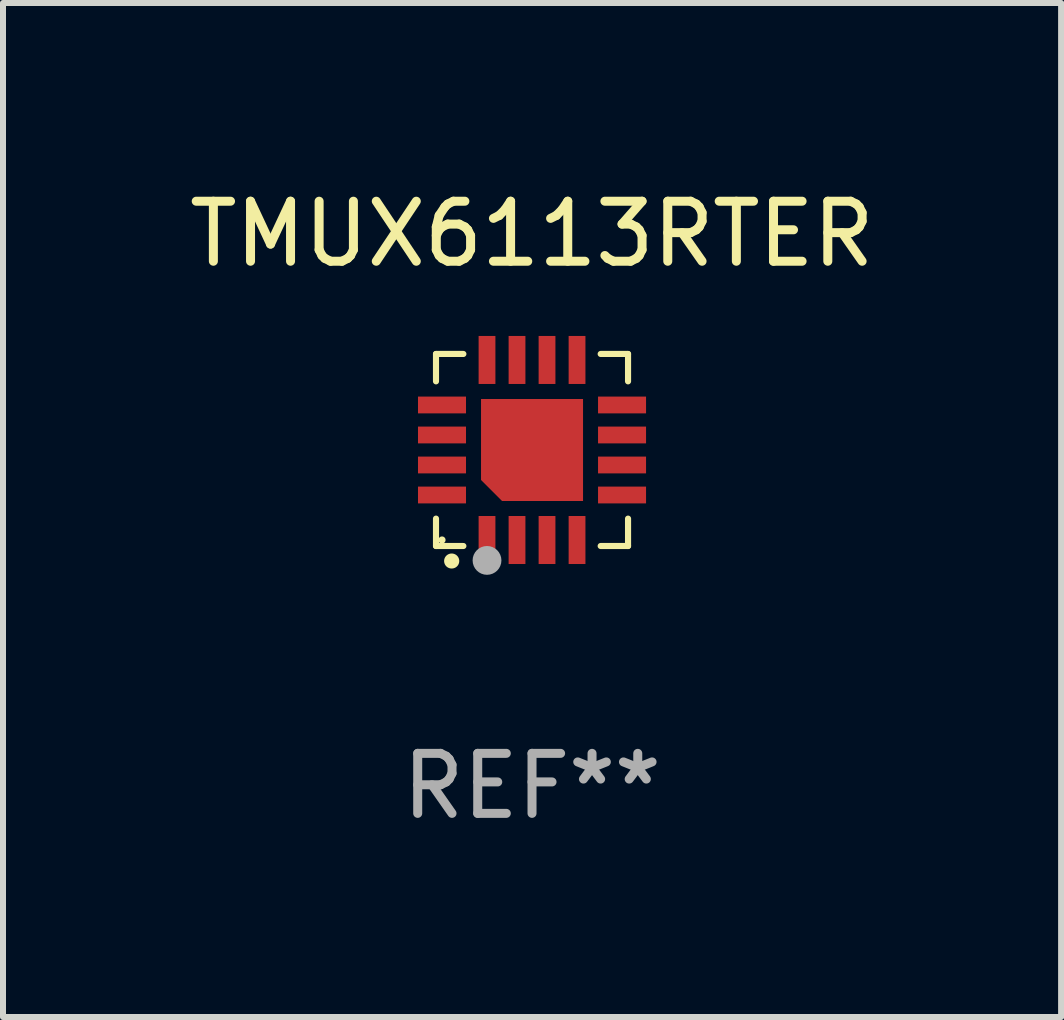
<source format=kicad_pcb>
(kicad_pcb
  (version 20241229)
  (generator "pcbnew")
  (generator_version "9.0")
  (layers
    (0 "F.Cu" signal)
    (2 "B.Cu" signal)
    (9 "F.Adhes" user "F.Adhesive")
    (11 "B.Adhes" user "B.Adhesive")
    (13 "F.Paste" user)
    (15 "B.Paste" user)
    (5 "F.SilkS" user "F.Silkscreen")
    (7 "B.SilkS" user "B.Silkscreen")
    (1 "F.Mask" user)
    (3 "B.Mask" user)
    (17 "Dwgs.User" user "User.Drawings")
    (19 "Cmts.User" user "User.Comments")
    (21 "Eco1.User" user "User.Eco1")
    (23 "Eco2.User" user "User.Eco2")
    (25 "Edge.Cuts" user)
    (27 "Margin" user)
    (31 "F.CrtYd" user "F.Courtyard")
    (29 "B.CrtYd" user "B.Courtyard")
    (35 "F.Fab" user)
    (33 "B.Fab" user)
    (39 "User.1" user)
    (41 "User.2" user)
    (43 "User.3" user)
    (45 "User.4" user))
  (footprint "TMUX6113RTER"
    (layer "F.Cu")
    (at 5.815 4.448)
    (property "Reference" "TMUX6113RTER" (at 0 -3.6 0) (layer "F.SilkS") (effects (font (size 1 1) (thickness 0.15))))
    (attr through_hole)
    (fp_line (start -1.6 -1.6) (end -1.6 -1.144) (stroke (width 0.102) (type solid)) (layer "F.SilkS"))
    (fp_line (start -1.6 -1.6) (end -1.144 -1.6) (stroke (width 0.102) (type solid)) (layer "F.SilkS"))
    (fp_line (start -1.6 1.144) (end -1.6 1.6) (stroke (width 0.102) (type solid)) (layer "F.SilkS"))
    (fp_line (start -1.6 1.6) (end -1.144 1.6) (stroke (width 0.102) (type solid)) (layer "F.SilkS"))
    (fp_line (start 1.144 -1.6) (end 1.6 -1.6) (stroke (width 0.102) (type solid)) (layer "F.SilkS"))
    (fp_line (start 1.144 1.6) (end 1.6 1.6) (stroke (width 0.102) (type solid)) (layer "F.SilkS"))
    (fp_line (start 1.6 -1.144) (end 1.6 -1.6) (stroke (width 0.102) (type solid)) (layer "F.SilkS"))
    (fp_line (start 1.6 1.6) (end 1.6 1.144) (stroke (width 0.102) (type solid)) (layer "F.SilkS"))
    (fp_arc (start -1.339954 1.850114) (mid -1.338684 1.850043) (end -1.337414 1.850114) (stroke (width 0.25) (type solid)) (layer "F.SilkS"))
    (fp_circle (center -1.5 1.5) (end -1.47 1.5) (stroke (width 0.06) (type solid)) (fill no) (layer "F.SilkS"))
    (fp_circle (center -0.75 1.84) (end -0.63 1.84) (stroke (width 0.24) (type solid)) (fill no) (layer "F.Fab"))
    (fp_text user "REF**" (at 0 5.6 0) (layer "F.Fab") (effects (font (size 1 1) (thickness 0.15))))
    (pad "1" smd rect (at -0.75 1.5) (size 0.28 0.8) (layers "F.Cu" "F.Mask" "F.Paste"))
    (pad "2" smd rect (at -0.25 1.5) (size 0.28 0.8) (layers "F.Cu" "F.Mask" "F.Paste"))
    (pad "3" smd rect (at 0.25 1.5) (size 0.28 0.8) (layers "F.Cu" "F.Mask" "F.Paste"))
    (pad "4" smd rect (at 0.75 1.5) (size 0.28 0.8) (layers "F.Cu" "F.Mask" "F.Paste"))
    (pad "5" smd rect (at 1.5 0.75) (size 0.8 0.28) (layers "F.Cu" "F.Mask" "F.Paste"))
    (pad "6" smd rect (at 1.5 0.25) (size 0.8 0.28) (layers "F.Cu" "F.Mask" "F.Paste"))
    (pad "7" smd rect (at 1.5 -0.25) (size 0.8 0.28) (layers "F.Cu" "F.Mask" "F.Paste"))
    (pad "8" smd rect (at 1.5 -0.75) (size 0.8 0.28) (layers "F.Cu" "F.Mask" "F.Paste"))
    (pad "9" smd rect (at 0.75 -1.5) (size 0.28 0.8) (layers "F.Cu" "F.Mask" "F.Paste"))
    (pad "10" smd rect (at 0.25 -1.5) (size 0.28 0.8) (layers "F.Cu" "F.Mask" "F.Paste"))
    (pad "11" smd rect (at -0.25 -1.5) (size 0.28 0.8) (layers "F.Cu" "F.Mask" "F.Paste"))
    (pad "12" smd rect (at -0.75 -1.5) (size 0.28 0.8) (layers "F.Cu" "F.Mask" "F.Paste"))
    (pad "13" smd rect (at -1.5 -0.75) (size 0.8 0.28) (layers "F.Cu" "F.Mask" "F.Paste"))
    (pad "14" smd rect (at -1.5 -0.25) (size 0.8 0.28) (layers "F.Cu" "F.Mask" "F.Paste"))
    (pad "15" smd rect (at -1.5 0.25) (size 0.8 0.28) (layers "F.Cu" "F.Mask" "F.Paste"))
    (pad "16" smd rect (at -1.5 0.75) (size 0.8 0.28) (layers "F.Cu" "F.Mask" "F.Paste"))
    (pad "17" smd custom (at 0.000178 -0.000025) (size 1.7 1.7) (layers "F.Cu" "F.Mask" "F.Paste") (options (anchor circle)) (primitives (gr_poly (pts (xy -0.85 -0.85) (xy 0.85 -0.85) (xy 0.85 0.85) (xy -0.5 0.85) (xy -0.85 0.5)) (width 0) (fill yes)))))
  (gr_rect
    (start -3 -3)
    (end 14.631 13.896)
    (stroke (width 0.1) (type default))
    (fill no)
    (layer "Edge.Cuts")))
</source>
